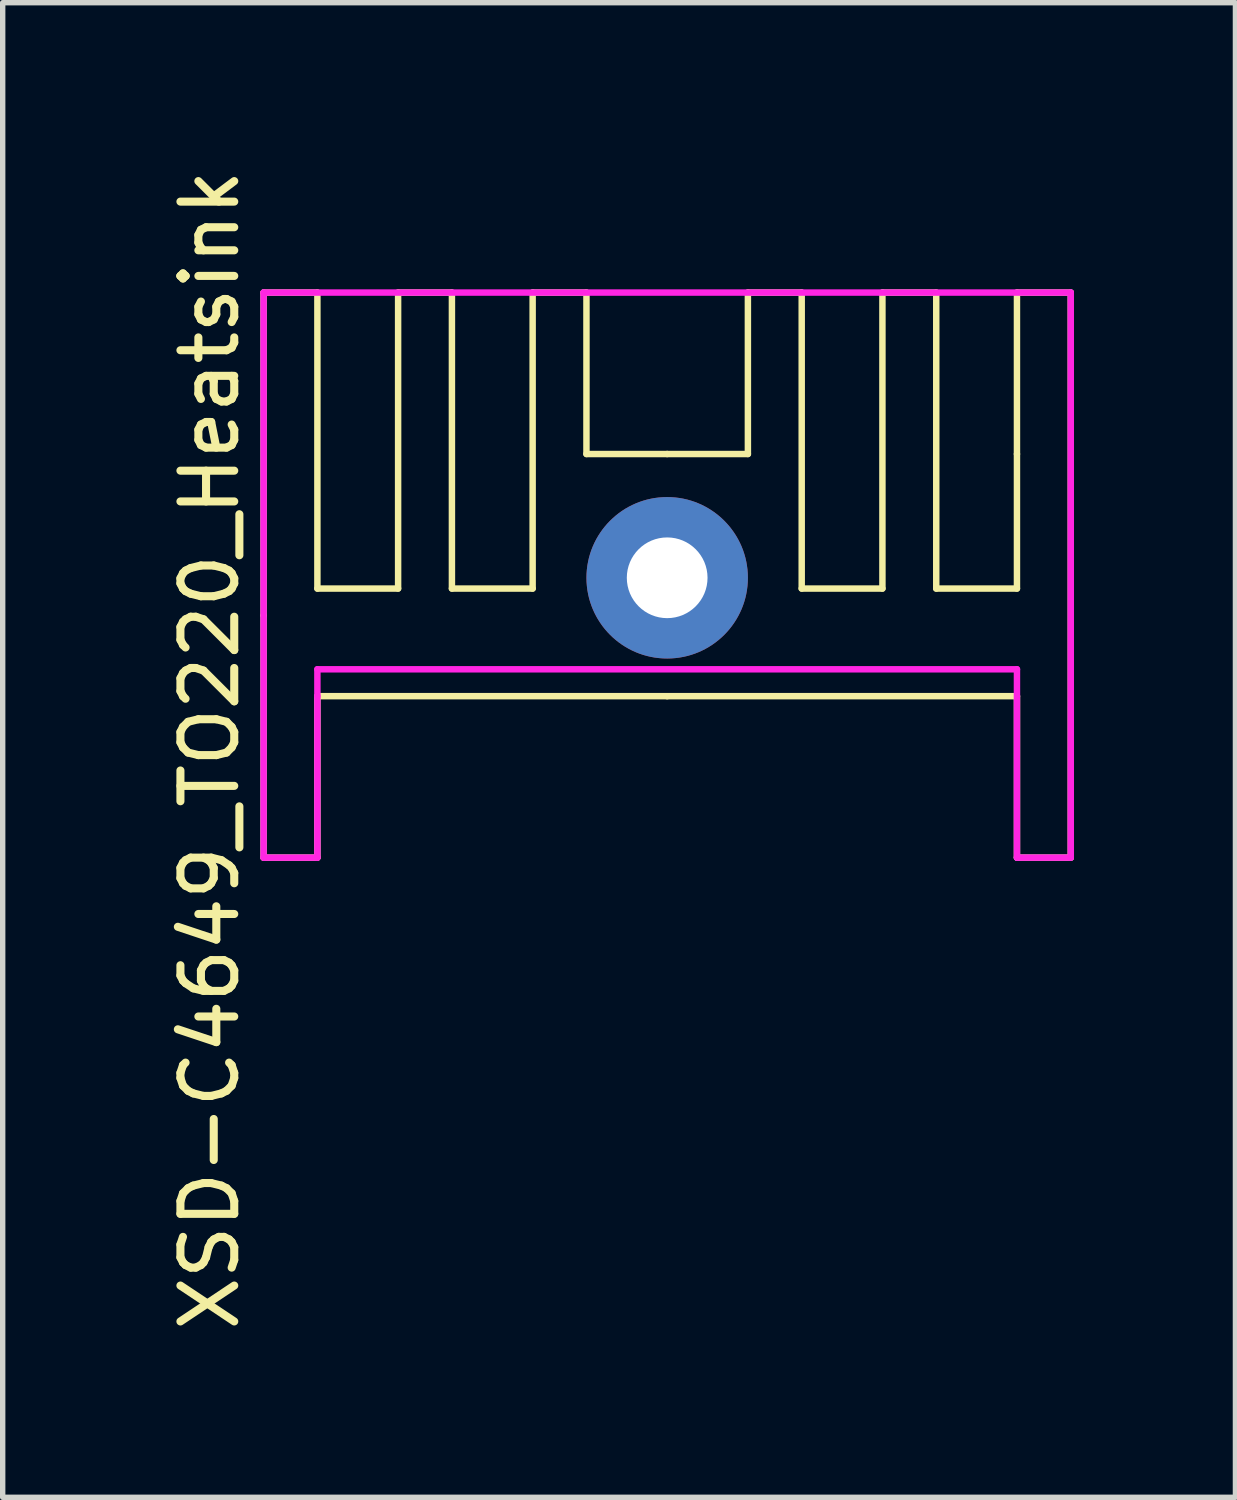
<source format=kicad_pcb>
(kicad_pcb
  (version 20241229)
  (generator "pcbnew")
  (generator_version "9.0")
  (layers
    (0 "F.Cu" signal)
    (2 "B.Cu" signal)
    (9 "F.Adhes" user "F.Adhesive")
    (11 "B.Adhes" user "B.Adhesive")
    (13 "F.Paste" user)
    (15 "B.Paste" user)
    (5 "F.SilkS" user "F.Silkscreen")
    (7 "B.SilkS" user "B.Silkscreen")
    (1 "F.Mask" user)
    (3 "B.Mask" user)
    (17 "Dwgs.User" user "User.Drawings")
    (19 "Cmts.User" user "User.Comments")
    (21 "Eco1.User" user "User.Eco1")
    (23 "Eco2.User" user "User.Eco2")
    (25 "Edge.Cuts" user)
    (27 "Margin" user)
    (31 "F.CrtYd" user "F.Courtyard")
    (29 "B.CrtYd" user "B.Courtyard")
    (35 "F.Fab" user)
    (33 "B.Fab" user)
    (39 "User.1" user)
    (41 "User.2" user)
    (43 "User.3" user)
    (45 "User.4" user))
  (footprint "XSD-C4649_TO220_Heatsink"
    (layer "F.Cu")
    (at 9.348 8.387)
    (property "Reference" "XSD-C4649_TO220_Heatsink" (at -8.5 2.5 90) (layer "F.SilkS") (effects (font (size 1 1) (thickness 0.15))))
    (attr through_hole)
    (fp_line (start -7.5 -6) (end -6.5 -6) (stroke (width 0.12) (type solid)) (layer "F.SilkS"))
    (fp_line (start -7.5 0) (end -7.5 -6) (stroke (width 0.12) (type solid)) (layer "F.SilkS"))
    (fp_line (start -7.5 4.5) (end -7.5 0) (stroke (width 0.12) (type solid)) (layer "F.SilkS"))
    (fp_line (start -6.5 -6) (end -6.5 -0.5) (stroke (width 0.12) (type solid)) (layer "F.SilkS"))
    (fp_line (start -6.5 -0.5) (end -5 -0.5) (stroke (width 0.12) (type solid)) (layer "F.SilkS"))
    (fp_line (start -6.5 1.5) (end -6.5 4.5) (stroke (width 0.12) (type solid)) (layer "F.SilkS"))
    (fp_line (start -6.5 4.5) (end -7.5 4.5) (stroke (width 0.12) (type solid)) (layer "F.SilkS"))
    (fp_line (start -5 -6) (end -4 -6) (stroke (width 0.12) (type solid)) (layer "F.SilkS"))
    (fp_line (start -5 -0.5) (end -5 -6) (stroke (width 0.12) (type solid)) (layer "F.SilkS"))
    (fp_line (start -4 -6) (end -4 -0.5) (stroke (width 0.12) (type solid)) (layer "F.SilkS"))
    (fp_line (start -4 -0.5) (end -2.5 -0.5) (stroke (width 0.12) (type solid)) (layer "F.SilkS"))
    (fp_line (start -2.5 -6) (end -1.5 -6) (stroke (width 0.12) (type solid)) (layer "F.SilkS"))
    (fp_line (start -2.5 -0.5) (end -2.5 -6) (stroke (width 0.12) (type solid)) (layer "F.SilkS"))
    (fp_line (start -1.5 -6) (end -1.5 -3) (stroke (width 0.12) (type solid)) (layer "F.SilkS"))
    (fp_line (start -1.5 -3) (end 0 -3) (stroke (width 0.12) (type solid)) (layer "F.SilkS"))
    (fp_line (start 0 1.5) (end -6.5 1.5) (stroke (width 0.12) (type solid)) (layer "F.SilkS"))
    (fp_line (start 0 1.5) (end 6.5 1.5) (stroke (width 0.12) (type solid)) (layer "F.SilkS"))
    (fp_line (start 1.5 -6) (end 1.5 -3) (stroke (width 0.12) (type solid)) (layer "F.SilkS"))
    (fp_line (start 1.5 -3) (end 0 -3) (stroke (width 0.12) (type solid)) (layer "F.SilkS"))
    (fp_line (start 2.5 -6) (end 1.5 -6) (stroke (width 0.12) (type solid)) (layer "F.SilkS"))
    (fp_line (start 2.5 -0.5) (end 2.5 -6) (stroke (width 0.12) (type solid)) (layer "F.SilkS"))
    (fp_line (start 4 -6) (end 4 -0.5) (stroke (width 0.12) (type solid)) (layer "F.SilkS"))
    (fp_line (start 4 -0.5) (end 2.5 -0.5) (stroke (width 0.12) (type solid)) (layer "F.SilkS"))
    (fp_line (start 5 -6) (end 4 -6) (stroke (width 0.12) (type solid)) (layer "F.SilkS"))
    (fp_line (start 5 -0.5) (end 5 -6) (stroke (width 0.12) (type solid)) (layer "F.SilkS"))
    (fp_line (start 6.5 -6) (end 6.5 -3) (stroke (width 0.12) (type solid)) (layer "F.SilkS"))
    (fp_line (start 6.5 -3) (end 6.5 -0.5) (stroke (width 0.12) (type solid)) (layer "F.SilkS"))
    (fp_line (start 6.5 -0.5) (end 5 -0.5) (stroke (width 0.12) (type solid)) (layer "F.SilkS"))
    (fp_line (start 6.5 1.5) (end 6.5 4.5) (stroke (width 0.12) (type solid)) (layer "F.SilkS"))
    (fp_line (start 6.5 4.5) (end 7.5 4.5) (stroke (width 0.12) (type solid)) (layer "F.SilkS"))
    (fp_line (start 7.5 -6) (end 6.5 -6) (stroke (width 0.12) (type solid)) (layer "F.SilkS"))
    (fp_line (start 7.5 4.5) (end 7.5 -6) (stroke (width 0.12) (type solid)) (layer "F.SilkS"))
    (fp_line (start -7.5 -6) (end -7.5 4.5) (stroke (width 0.12) (type solid)) (layer "F.CrtYd"))
    (fp_line (start -7.5 4.5) (end -6.5 4.5) (stroke (width 0.12) (type solid)) (layer "F.CrtYd"))
    (fp_line (start -6.5 1) (end -6.5 1.5) (stroke (width 0.12) (type solid)) (layer "F.CrtYd"))
    (fp_line (start -6.5 1) (end 6.5 1) (stroke (width 0.12) (type solid)) (layer "F.CrtYd"))
    (fp_line (start -6.5 4.5) (end -6.5 1.5) (stroke (width 0.12) (type solid)) (layer "F.CrtYd"))
    (fp_line (start 6.5 1) (end 6.5 4.5) (stroke (width 0.12) (type solid)) (layer "F.CrtYd"))
    (fp_line (start 6.5 4.5) (end 7.5 4.5) (stroke (width 0.12) (type solid)) (layer "F.CrtYd"))
    (fp_line (start 7.5 -6) (end -7.5 -6) (stroke (width 0.12) (type solid)) (layer "F.CrtYd"))
    (fp_line (start 7.5 4.5) (end 7.5 -6) (stroke (width 0.12) (type solid)) (layer "F.CrtYd"))
    (pad "1" thru_hole circle (at 0 -0.7) (size 3 3) (drill 1.5) (layers "*.Cu" "*.Mask")))
  (gr_rect
    (start -3 -3)
    (end 19.908 24.774)
    (stroke (width 0.1) (type default))
    (fill no)
    (layer "Edge.Cuts")))
</source>
